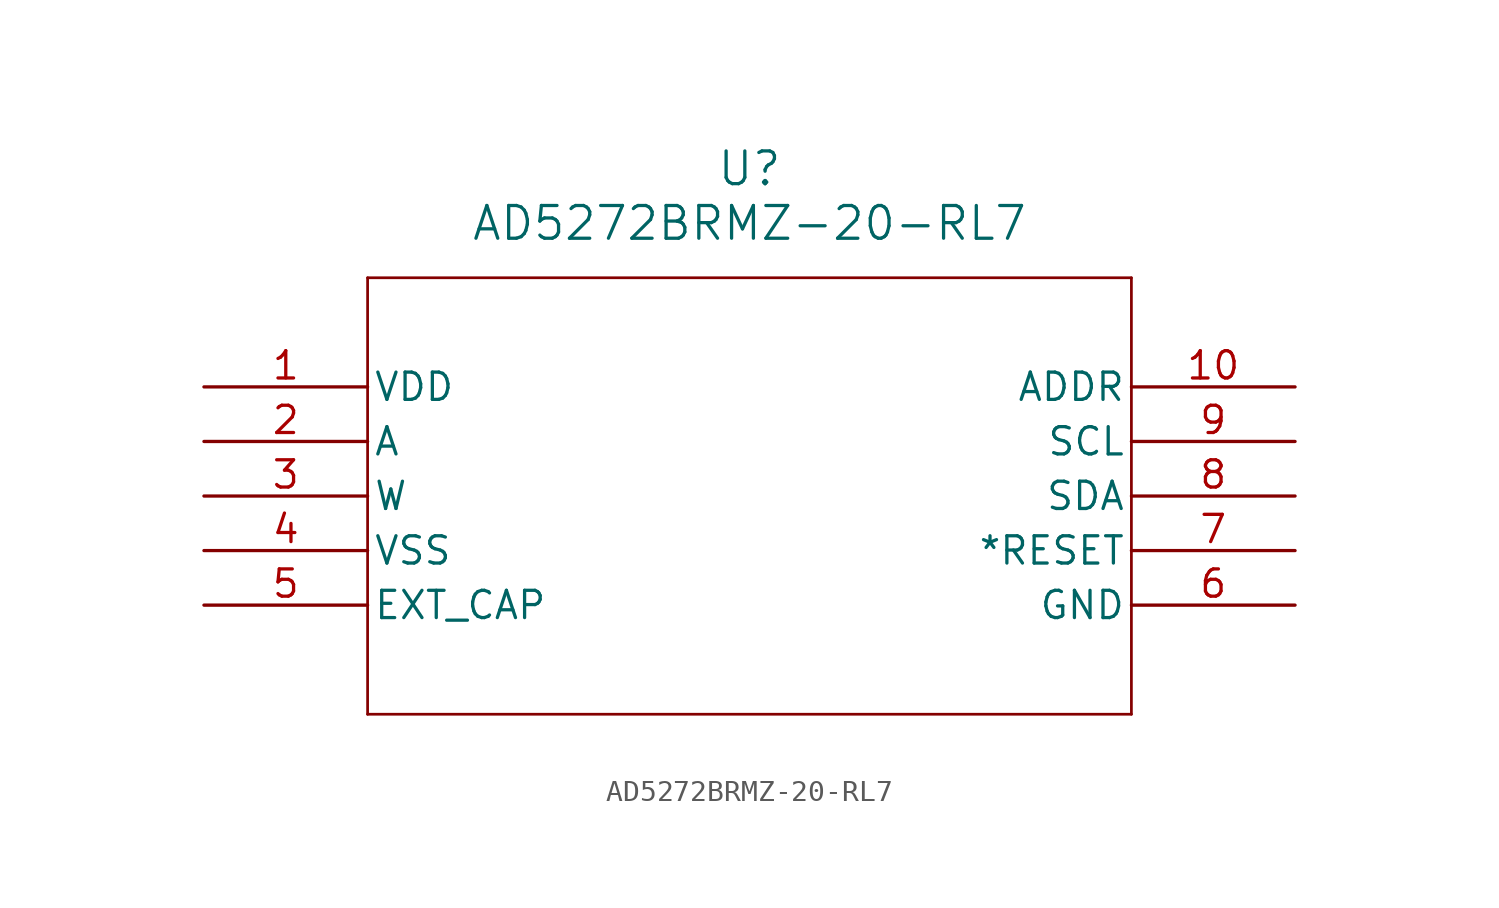
<source format=kicad_sym>
(kicad_symbol_lib
  (version 20211014)
  (generator kicad_symbol_editor)
  (symbol "AD5272BRMZ-20-RL7"
    (pin_names
      (offset 0.254))
    (property "Reference" "U"
      (at 25.4 10.16 0)
      (effects (font (size 1.524 1.524))))
    (property "Value" "AD5272BRMZ-20-RL7"
      (at 25.4 7.62 0)
      (effects (font (size 1.524 1.524))))
    (symbol "AD5272BRMZ-20-RL7_0_1"
      (polyline (pts (xy 7.62 5.08) (xy 7.62 -15.24)) (stroke (width 0.127) (type default) (color 0 0 0 0)) (fill (type none)))
      (polyline (pts (xy 7.62 -15.24) (xy 43.18 -15.24)) (stroke (width 0.127) (type default) (color 0 0 0 0)) (fill (type none)))
      (polyline (pts (xy 43.18 -15.24) (xy 43.18 5.08)) (stroke (width 0.127) (type default) (color 0 0 0 0)) (fill (type none)))
      (polyline (pts (xy 43.18 5.08) (xy 7.62 5.08)) (stroke (width 0.127) (type default) (color 0 0 0 0)) (fill (type none)))
      (pin power_in line (at 0 0 0) (length 7.62) (name "VDD" (effects (font (size 1.27 1.27)))) (number "1" (effects (font (size 1.27 1.27)))))
      (pin unspecified line (at 0 -2.54 0) (length 7.62) (name "A" (effects (font (size 1.27 1.27)))) (number "2" (effects (font (size 1.27 1.27)))))
      (pin unspecified line (at 0 -5.08 0) (length 7.62) (name "W" (effects (font (size 1.27 1.27)))) (number "3" (effects (font (size 1.27 1.27)))))
      (pin power_out line (at 0 -7.62 0) (length 7.62) (name "VSS" (effects (font (size 1.27 1.27)))) (number "4" (effects (font (size 1.27 1.27)))))
      (pin unspecified line (at 0 -10.16 0) (length 7.62) (name "EXT_CAP" (effects (font (size 1.27 1.27)))) (number "5" (effects (font (size 1.27 1.27)))))
      (pin power_out line (at 50.8 -10.16 180) (length 7.62) (name "GND" (effects (font (size 1.27 1.27)))) (number "6" (effects (font (size 1.27 1.27)))))
      (pin unspecified line (at 50.8 -7.62 180) (length 7.62) (name "*RESET" (effects (font (size 1.27 1.27)))) (number "7" (effects (font (size 1.27 1.27)))))
      (pin unspecified line (at 50.8 -5.08 180) (length 7.62) (name "SDA" (effects (font (size 1.27 1.27)))) (number "8" (effects (font (size 1.27 1.27)))))
      (pin unspecified line (at 50.8 -2.54 180) (length 7.62) (name "SCL" (effects (font (size 1.27 1.27)))) (number "9" (effects (font (size 1.27 1.27)))))
      (pin unspecified line (at 50.8 0 180) (length 7.62) (name "ADDR" (effects (font (size 1.27 1.27)))) (number "10" (effects (font (size 1.27 1.27))))))))
</source>
